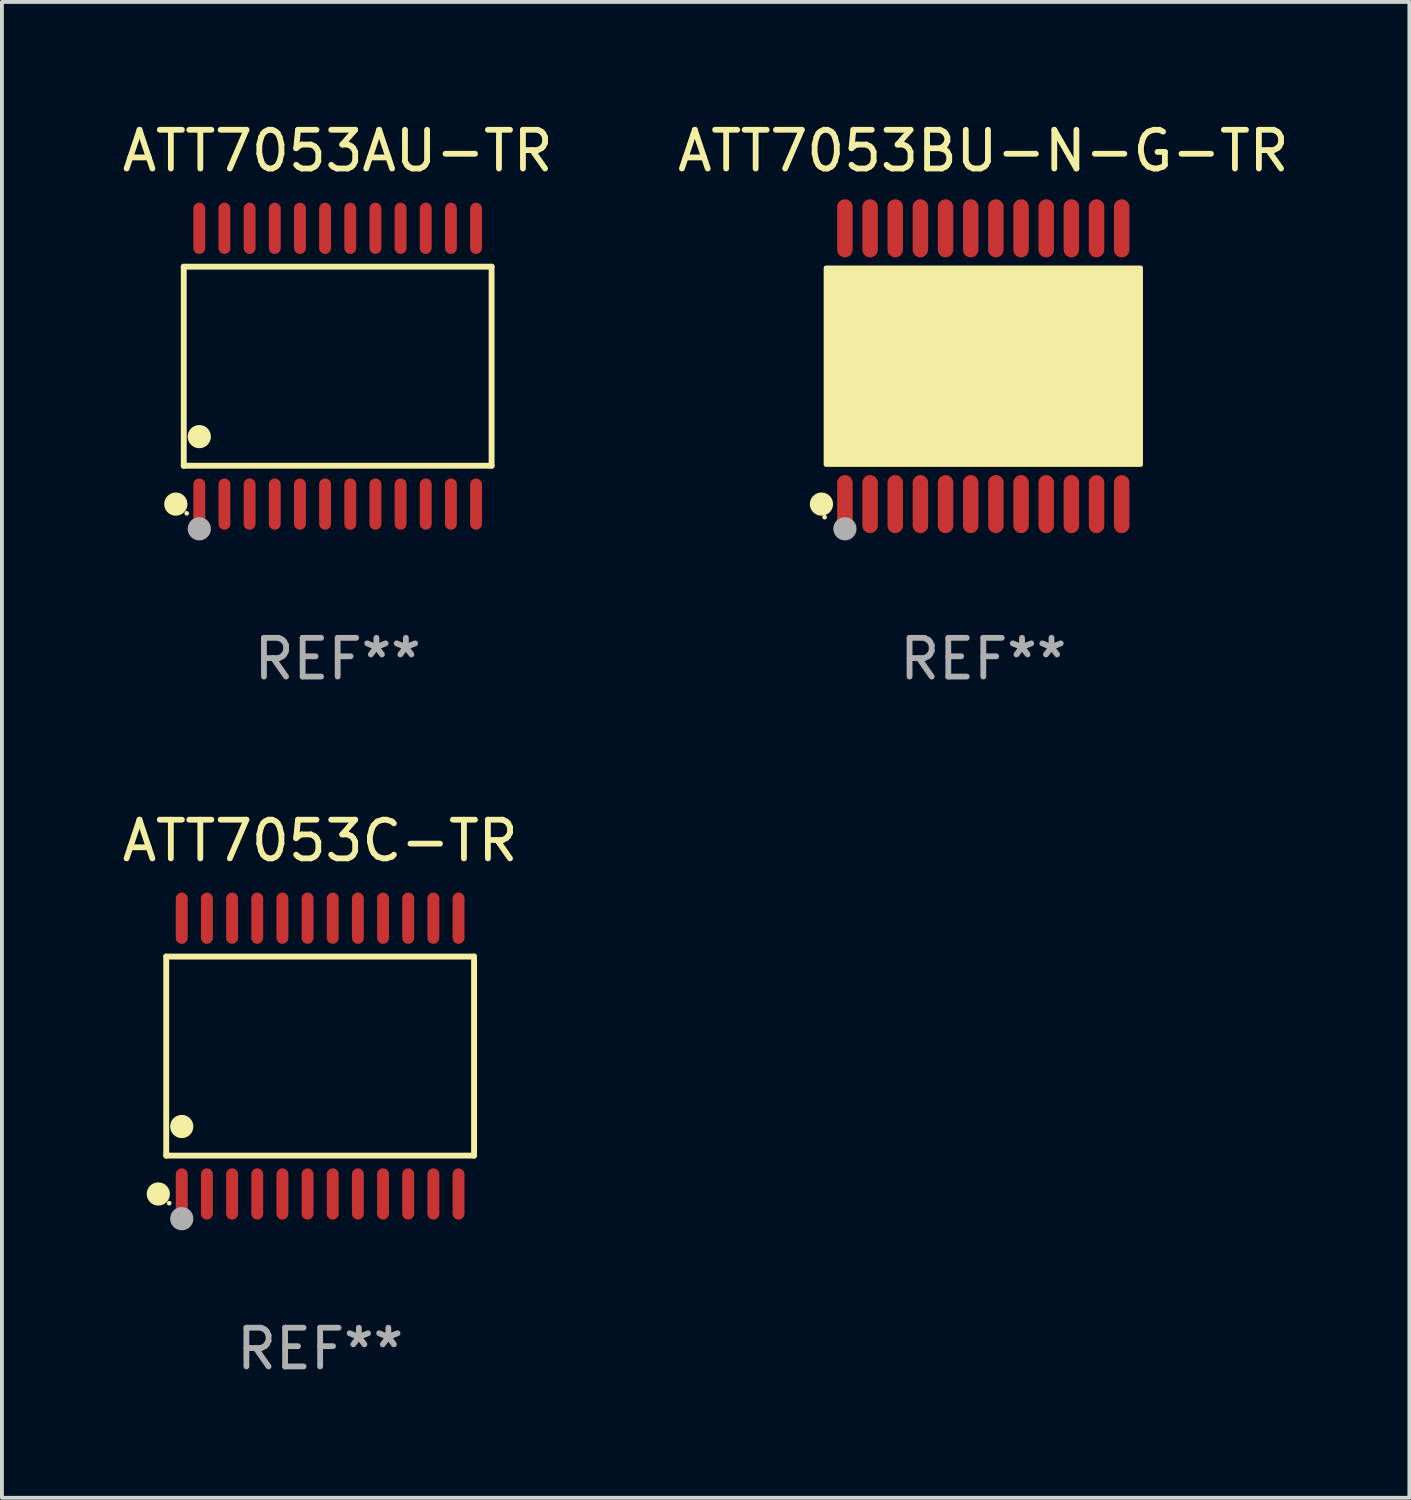
<source format=kicad_pcb>
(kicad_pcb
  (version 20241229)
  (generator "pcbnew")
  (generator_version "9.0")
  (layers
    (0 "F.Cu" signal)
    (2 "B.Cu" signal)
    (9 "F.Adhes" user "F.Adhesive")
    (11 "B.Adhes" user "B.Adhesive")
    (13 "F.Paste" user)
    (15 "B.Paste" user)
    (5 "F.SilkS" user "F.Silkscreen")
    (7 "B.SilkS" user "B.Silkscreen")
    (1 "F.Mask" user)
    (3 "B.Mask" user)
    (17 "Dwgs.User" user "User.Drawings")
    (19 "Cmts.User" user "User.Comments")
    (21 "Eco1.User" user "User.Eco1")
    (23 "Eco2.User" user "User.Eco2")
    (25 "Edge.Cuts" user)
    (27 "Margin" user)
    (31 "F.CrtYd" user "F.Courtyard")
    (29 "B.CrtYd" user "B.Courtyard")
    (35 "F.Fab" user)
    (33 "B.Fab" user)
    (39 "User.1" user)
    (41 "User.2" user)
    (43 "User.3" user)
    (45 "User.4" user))
  (footprint "ATT7053C-TR"
    (layer "F.Cu")
    (at 5.22 24.231)
    (property "Reference" "ATT7053C-TR" (at 0 -5.562 0) (layer "F.SilkS") (effects (font (size 1 1) (thickness 0.15))))
    (attr through_hole)
    (fp_line (start -3.976 -2.571) (end 3.976 -2.571) (stroke (width 0.152) (type solid)) (layer "F.SilkS"))
    (fp_line (start -3.976 2.571) (end -3.976 -2.571) (stroke (width 0.152) (type solid)) (layer "F.SilkS"))
    (fp_line (start 3.976 -2.571) (end 3.976 2.571) (stroke (width 0.152) (type solid)) (layer "F.SilkS"))
    (fp_line (start 3.976 2.571) (end -3.976 2.571) (stroke (width 0.152) (type solid)) (layer "F.SilkS"))
    (fp_circle (center -4.181 3.562) (end -4.031 3.562) (stroke (width 0.3) (type solid)) (fill no) (layer "F.SilkS"))
    (fp_circle (center -3.9 3.8) (end -3.87 3.8) (stroke (width 0.06) (type solid)) (fill no) (layer "F.SilkS"))
    (fp_circle (center -3.575 1.819) (end -3.425 1.819) (stroke (width 0.3) (type solid)) (fill no) (layer "F.SilkS"))
    (fp_circle (center -3.575 4.2) (end -3.425 4.2) (stroke (width 0.3) (type solid)) (fill no) (layer "F.Fab"))
    (fp_text user "REF**" (at 0 7.562 0) (layer "F.Fab") (effects (font (size 1 1) (thickness 0.15))))
    (pad "1" smd oval (at -3.575 3.562) (size 0.308 1.324) (layers "F.Cu" "F.Mask" "F.Paste"))
    (pad "2" smd oval (at -2.925 3.562) (size 0.308 1.324) (layers "F.Cu" "F.Mask" "F.Paste"))
    (pad "3" smd oval (at -2.275 3.562) (size 0.308 1.324) (layers "F.Cu" "F.Mask" "F.Paste"))
    (pad "4" smd oval (at -1.625 3.562) (size 0.308 1.324) (layers "F.Cu" "F.Mask" "F.Paste"))
    (pad "5" smd oval (at -0.975 3.562) (size 0.308 1.324) (layers "F.Cu" "F.Mask" "F.Paste"))
    (pad "6" smd oval (at -0.325 3.562) (size 0.308 1.324) (layers "F.Cu" "F.Mask" "F.Paste"))
    (pad "7" smd oval (at 0.325 3.562) (size 0.308 1.324) (layers "F.Cu" "F.Mask" "F.Paste"))
    (pad "8" smd oval (at 0.975 3.562) (size 0.308 1.324) (layers "F.Cu" "F.Mask" "F.Paste"))
    (pad "9" smd oval (at 1.625 3.562) (size 0.308 1.324) (layers "F.Cu" "F.Mask" "F.Paste"))
    (pad "10" smd oval (at 2.275 3.562) (size 0.308 1.324) (layers "F.Cu" "F.Mask" "F.Paste"))
    (pad "11" smd oval (at 2.925 3.562) (size 0.308 1.324) (layers "F.Cu" "F.Mask" "F.Paste"))
    (pad "12" smd oval (at 3.575 3.562) (size 0.308 1.324) (layers "F.Cu" "F.Mask" "F.Paste"))
    (pad "13" smd oval (at 3.575 -3.562) (size 0.308 1.324) (layers "F.Cu" "F.Mask" "F.Paste"))
    (pad "14" smd oval (at 2.925 -3.562) (size 0.308 1.324) (layers "F.Cu" "F.Mask" "F.Paste"))
    (pad "15" smd oval (at 2.275 -3.562) (size 0.308 1.324) (layers "F.Cu" "F.Mask" "F.Paste"))
    (pad "16" smd oval (at 1.625 -3.562) (size 0.308 1.324) (layers "F.Cu" "F.Mask" "F.Paste"))
    (pad "17" smd oval (at 0.975 -3.562) (size 0.308 1.324) (layers "F.Cu" "F.Mask" "F.Paste"))
    (pad "18" smd oval (at 0.325 -3.562) (size 0.308 1.324) (layers "F.Cu" "F.Mask" "F.Paste"))
    (pad "19" smd oval (at -0.325 -3.562) (size 0.308 1.324) (layers "F.Cu" "F.Mask" "F.Paste"))
    (pad "20" smd oval (at -0.975 -3.562) (size 0.308 1.324) (layers "F.Cu" "F.Mask" "F.Paste"))
    (pad "21" smd oval (at -1.625 -3.562) (size 0.308 1.324) (layers "F.Cu" "F.Mask" "F.Paste"))
    (pad "22" smd oval (at -2.275 -3.562) (size 0.308 1.324) (layers "F.Cu" "F.Mask" "F.Paste"))
    (pad "23" smd oval (at -2.925 -3.562) (size 0.308 1.324) (layers "F.Cu" "F.Mask" "F.Paste"))
    (pad "24" smd oval (at -3.575 -3.562) (size 0.308 1.324) (layers "F.Cu" "F.Mask" "F.Paste")))
  (footprint "ATT7053BU-N-G-TR"
    (layer "F.Cu")
    (at 22.351 6.41)
    (property "Reference" "ATT7053BU-N-G-TR" (at 0 -5.562 0) (layer "F.SilkS") (effects (font (size 1 1) (thickness 0.15))))
    (attr through_hole)
    (fp_circle (center -4.181 3.562) (end -4.031 3.562) (stroke (width 0.3) (type solid)) (fill no) (layer "F.SilkS"))
    (fp_circle (center -4.1 3.9) (end -4.07 3.9) (stroke (width 0.06) (type solid)) (fill no) (layer "F.SilkS"))
    (fp_circle (center -3.575 1.819) (end -3.425 1.819) (stroke (width 0.3) (type solid)) (fill no) (layer "F.SilkS"))
    (fp_poly (pts (xy -4.064 -2.54) (xy 4.064 -2.54) (xy 4.064 2.54) (xy -4.064 2.54)) (stroke (width 0.12) (type solid)) (fill yes) (layer "F.SilkS"))
    (fp_circle (center -3.575 4.2) (end -3.425 4.2) (stroke (width 0.3) (type solid)) (fill no) (layer "F.Fab"))
    (fp_text user "REF**" (at 0 7.562 0) (layer "F.Fab") (effects (font (size 1 1) (thickness 0.15))))
    (pad "1" smd oval (at -3.575 3.562) (size 0.4 1.5) (layers "F.Cu" "F.Mask" "F.Paste"))
    (pad "2" smd oval (at -2.925 3.562) (size 0.4 1.5) (layers "F.Cu" "F.Mask" "F.Paste"))
    (pad "3" smd oval (at -2.275 3.562) (size 0.4 1.5) (layers "F.Cu" "F.Mask" "F.Paste"))
    (pad "4" smd oval (at -1.625 3.562) (size 0.4 1.5) (layers "F.Cu" "F.Mask" "F.Paste"))
    (pad "5" smd oval (at -0.975 3.562) (size 0.4 1.5) (layers "F.Cu" "F.Mask" "F.Paste"))
    (pad "6" smd oval (at -0.325 3.562) (size 0.4 1.5) (layers "F.Cu" "F.Mask" "F.Paste"))
    (pad "7" smd oval (at 0.325 3.562) (size 0.4 1.5) (layers "F.Cu" "F.Mask" "F.Paste"))
    (pad "8" smd oval (at 0.975 3.562) (size 0.4 1.5) (layers "F.Cu" "F.Mask" "F.Paste"))
    (pad "9" smd oval (at 1.625 3.562) (size 0.4 1.5) (layers "F.Cu" "F.Mask" "F.Paste"))
    (pad "10" smd oval (at 2.275 3.562) (size 0.4 1.5) (layers "F.Cu" "F.Mask" "F.Paste"))
    (pad "11" smd oval (at 2.925 3.562) (size 0.4 1.5) (layers "F.Cu" "F.Mask" "F.Paste"))
    (pad "12" smd oval (at 3.575 3.562) (size 0.4 1.5) (layers "F.Cu" "F.Mask" "F.Paste"))
    (pad "13" smd oval (at 3.575 -3.562) (size 0.4 1.5) (layers "F.Cu" "F.Mask" "F.Paste"))
    (pad "14" smd oval (at 2.925 -3.562) (size 0.4 1.5) (layers "F.Cu" "F.Mask" "F.Paste"))
    (pad "15" smd oval (at 2.275 -3.562) (size 0.4 1.5) (layers "F.Cu" "F.Mask" "F.Paste"))
    (pad "16" smd oval (at 1.625 -3.562) (size 0.4 1.5) (layers "F.Cu" "F.Mask" "F.Paste"))
    (pad "17" smd oval (at 0.975 -3.562) (size 0.4 1.5) (layers "F.Cu" "F.Mask" "F.Paste"))
    (pad "18" smd oval (at 0.325 -3.562) (size 0.4 1.5) (layers "F.Cu" "F.Mask" "F.Paste"))
    (pad "19" smd oval (at -0.325 -3.562) (size 0.4 1.5) (layers "F.Cu" "F.Mask" "F.Paste"))
    (pad "20" smd oval (at -0.975 -3.562) (size 0.4 1.5) (layers "F.Cu" "F.Mask" "F.Paste"))
    (pad "21" smd oval (at -1.625 -3.562) (size 0.4 1.5) (layers "F.Cu" "F.Mask" "F.Paste"))
    (pad "22" smd oval (at -2.275 -3.562) (size 0.4 1.5) (layers "F.Cu" "F.Mask" "F.Paste"))
    (pad "23" smd oval (at -2.925 -3.562) (size 0.4 1.5) (layers "F.Cu" "F.Mask" "F.Paste"))
    (pad "24" smd oval (at -3.575 -3.562) (size 0.4 1.5) (layers "F.Cu" "F.Mask" "F.Paste")))
  (footprint "ATT7053AU-TR"
    (layer "F.Cu")
    (at 5.673 6.41)
    (property "Reference" "ATT7053AU-TR" (at 0 -5.562 0) (layer "F.SilkS") (effects (font (size 1 1) (thickness 0.15))))
    (attr through_hole)
    (fp_line (start -3.976 -2.571) (end 3.976 -2.571) (stroke (width 0.152) (type solid)) (layer "F.SilkS"))
    (fp_line (start -3.976 2.571) (end -3.976 -2.571) (stroke (width 0.152) (type solid)) (layer "F.SilkS"))
    (fp_line (start 3.976 -2.571) (end 3.976 2.571) (stroke (width 0.152) (type solid)) (layer "F.SilkS"))
    (fp_line (start 3.976 2.571) (end -3.976 2.571) (stroke (width 0.152) (type solid)) (layer "F.SilkS"))
    (fp_circle (center -4.181 3.562) (end -4.031 3.562) (stroke (width 0.3) (type solid)) (fill no) (layer "F.SilkS"))
    (fp_circle (center -3.9 3.8) (end -3.87 3.8) (stroke (width 0.06) (type solid)) (fill no) (layer "F.SilkS"))
    (fp_circle (center -3.575 1.819) (end -3.425 1.819) (stroke (width 0.3) (type solid)) (fill no) (layer "F.SilkS"))
    (fp_circle (center -3.575 4.2) (end -3.425 4.2) (stroke (width 0.3) (type solid)) (fill no) (layer "F.Fab"))
    (fp_text user "REF**" (at 0 7.562 0) (layer "F.Fab") (effects (font (size 1 1) (thickness 0.15))))
    (pad "1" smd oval (at -3.575 3.562) (size 0.308 1.324) (layers "F.Cu" "F.Mask" "F.Paste"))
    (pad "2" smd oval (at -2.925 3.562) (size 0.308 1.324) (layers "F.Cu" "F.Mask" "F.Paste"))
    (pad "3" smd oval (at -2.275 3.562) (size 0.308 1.324) (layers "F.Cu" "F.Mask" "F.Paste"))
    (pad "4" smd oval (at -1.625 3.562) (size 0.308 1.324) (layers "F.Cu" "F.Mask" "F.Paste"))
    (pad "5" smd oval (at -0.975 3.562) (size 0.308 1.324) (layers "F.Cu" "F.Mask" "F.Paste"))
    (pad "6" smd oval (at -0.325 3.562) (size 0.308 1.324) (layers "F.Cu" "F.Mask" "F.Paste"))
    (pad "7" smd oval (at 0.325 3.562) (size 0.308 1.324) (layers "F.Cu" "F.Mask" "F.Paste"))
    (pad "8" smd oval (at 0.975 3.562) (size 0.308 1.324) (layers "F.Cu" "F.Mask" "F.Paste"))
    (pad "9" smd oval (at 1.625 3.562) (size 0.308 1.324) (layers "F.Cu" "F.Mask" "F.Paste"))
    (pad "10" smd oval (at 2.275 3.562) (size 0.308 1.324) (layers "F.Cu" "F.Mask" "F.Paste"))
    (pad "11" smd oval (at 2.925 3.562) (size 0.308 1.324) (layers "F.Cu" "F.Mask" "F.Paste"))
    (pad "12" smd oval (at 3.575 3.562) (size 0.308 1.324) (layers "F.Cu" "F.Mask" "F.Paste"))
    (pad "13" smd oval (at 3.575 -3.562) (size 0.308 1.324) (layers "F.Cu" "F.Mask" "F.Paste"))
    (pad "14" smd oval (at 2.925 -3.562) (size 0.308 1.324) (layers "F.Cu" "F.Mask" "F.Paste"))
    (pad "15" smd oval (at 2.275 -3.562) (size 0.308 1.324) (layers "F.Cu" "F.Mask" "F.Paste"))
    (pad "16" smd oval (at 1.625 -3.562) (size 0.308 1.324) (layers "F.Cu" "F.Mask" "F.Paste"))
    (pad "17" smd oval (at 0.975 -3.562) (size 0.308 1.324) (layers "F.Cu" "F.Mask" "F.Paste"))
    (pad "18" smd oval (at 0.325 -3.562) (size 0.308 1.324) (layers "F.Cu" "F.Mask" "F.Paste"))
    (pad "19" smd oval (at -0.325 -3.562) (size 0.308 1.324) (layers "F.Cu" "F.Mask" "F.Paste"))
    (pad "20" smd oval (at -0.975 -3.562) (size 0.308 1.324) (layers "F.Cu" "F.Mask" "F.Paste"))
    (pad "21" smd oval (at -1.625 -3.562) (size 0.308 1.324) (layers "F.Cu" "F.Mask" "F.Paste"))
    (pad "22" smd oval (at -2.275 -3.562) (size 0.308 1.324) (layers "F.Cu" "F.Mask" "F.Paste"))
    (pad "23" smd oval (at -2.925 -3.562) (size 0.308 1.324) (layers "F.Cu" "F.Mask" "F.Paste"))
    (pad "24" smd oval (at -3.575 -3.562) (size 0.308 1.324) (layers "F.Cu" "F.Mask" "F.Paste")))
  (gr_rect
    (start -3 -3)
    (end 33.357 35.641)
    (stroke (width 0.1) (type default))
    (fill no)
    (layer "Edge.Cuts")))
</source>
